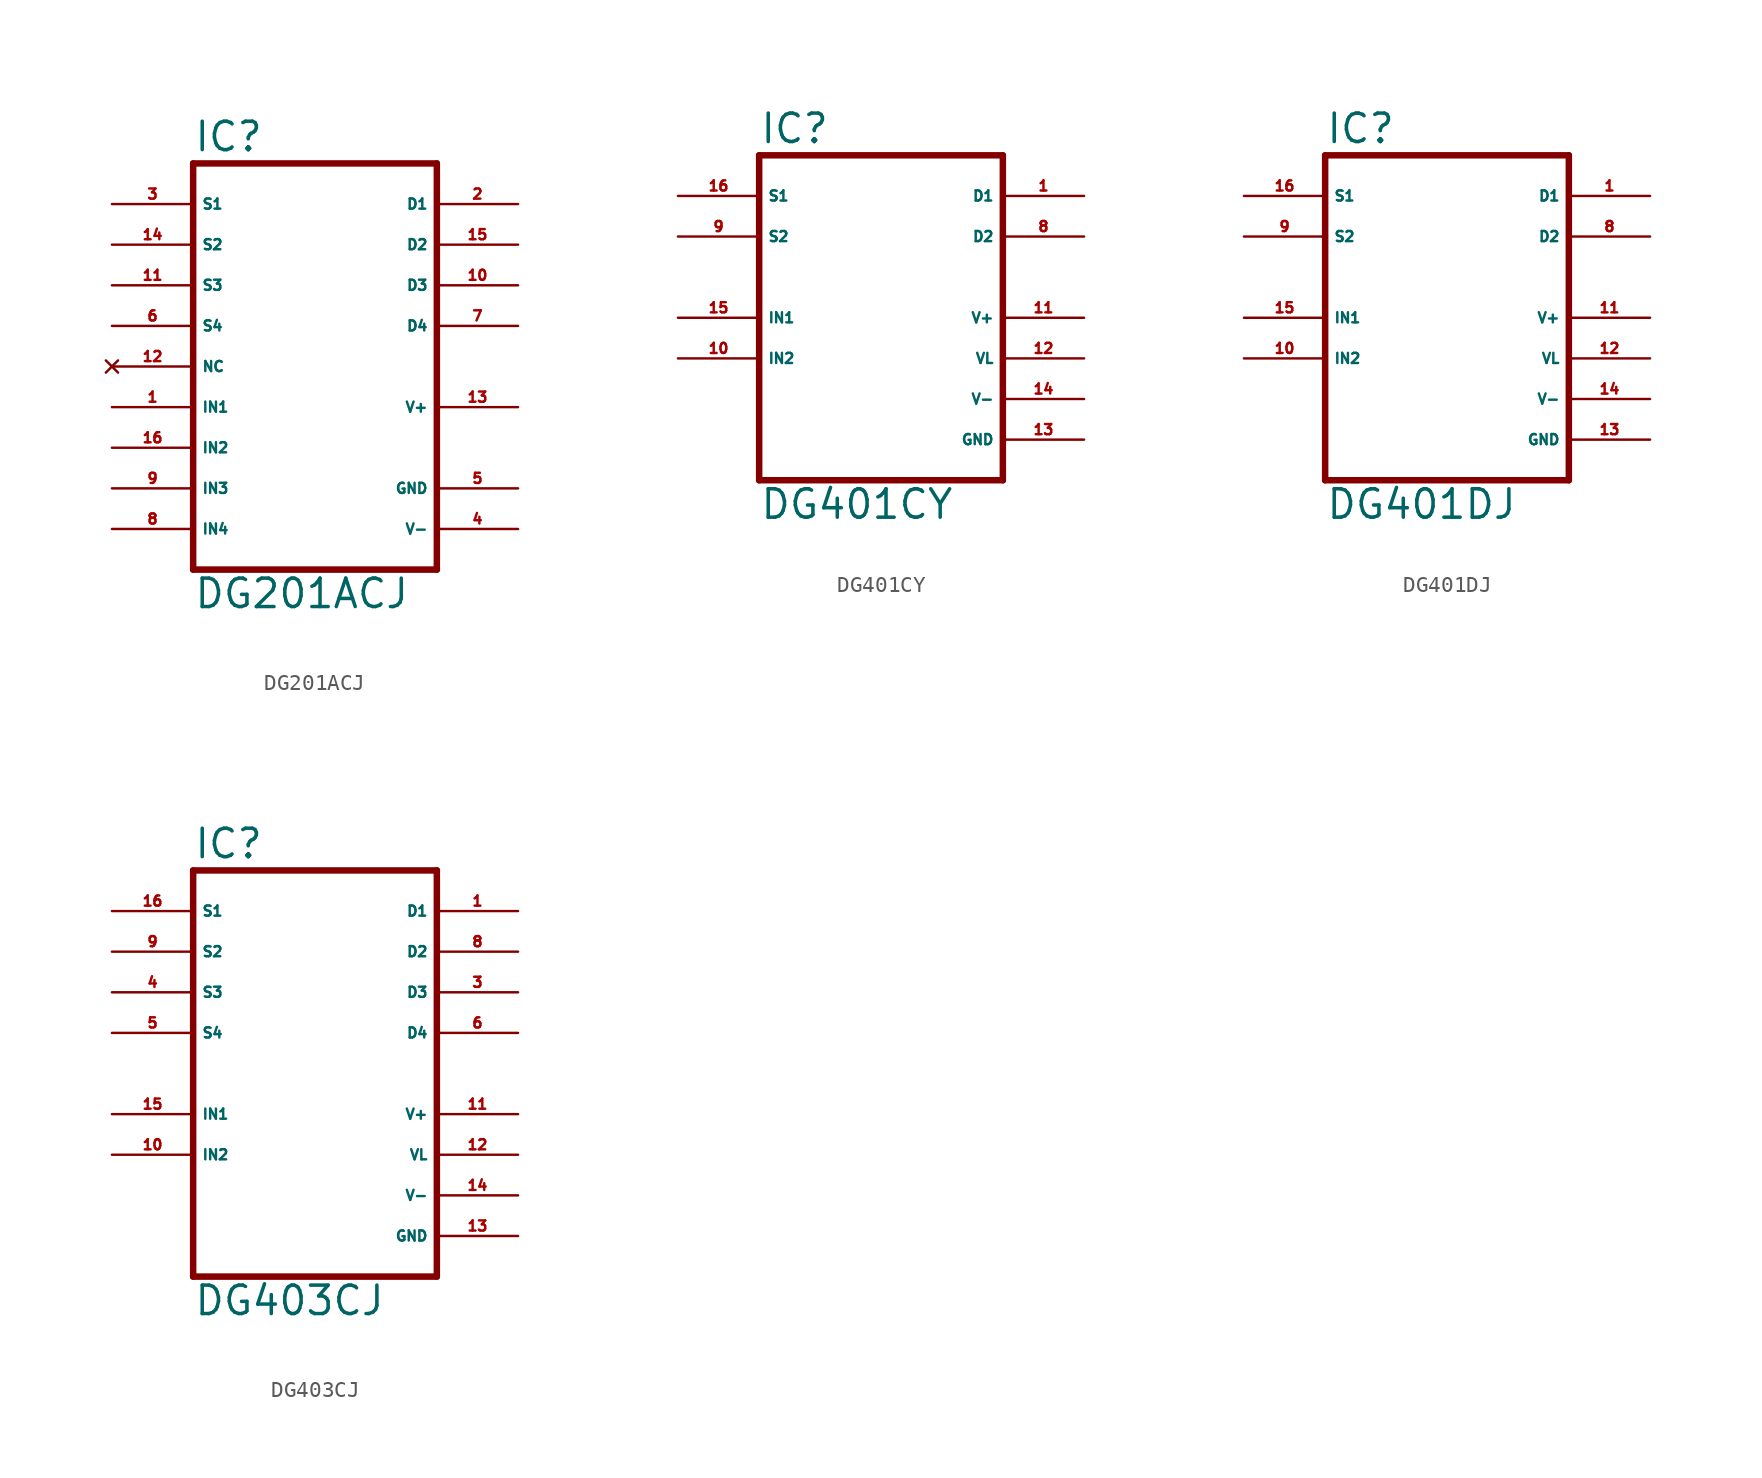
<source format=kicad_sym>
(kicad_symbol_lib
  (version 20220914)
  (generator Eagle2Kicad)
  (symbol "DG201ACJ"
    (property "Reference" "IC"
      (at -7.62 13.335 0)
      (effects (font (size 1.778 1.778) (thickness 0.22)) (justify left bottom)))
    (property "Value" "DG201ACJ"
      (at -7.62 -15.24 0)
      (effects (font (size 1.778 1.778) (thickness 0.22)) (justify left bottom)))
    (polyline
      (pts (xy 7.62 -12.7) (xy -7.62 -12.7))
      (stroke (width 0.406) (type default))
      (fill (type none)))
    (polyline
      (pts (xy -7.62 12.7) (xy -7.62 -12.7))
      (stroke (width 0.406) (type default))
      (fill (type none)))
    (polyline
      (pts (xy -7.62 12.7) (xy 7.62 12.7))
      (stroke (width 0.406) (type default))
      (fill (type none)))
    (polyline
      (pts (xy 7.62 -12.7) (xy 7.62 12.7))
      (stroke (width 0.406) (type default))
      (fill (type none)))
    (pin input line
      (at -12.7 -2.54 0)
      (length 5.08)
      (name "IN1" (effects (font (size 0.635 0.635) (thickness 0.08)) (justify left bottom)))
      (number "1" (effects (font (size 0.635 0.635) (thickness 0.08)) (justify left bottom))))
    (pin input line
      (at -12.7 -5.08 0)
      (length 5.08)
      (name "IN2" (effects (font (size 0.635 0.635) (thickness 0.08)) (justify left bottom)))
      (number "16" (effects (font (size 0.635 0.635) (thickness 0.08)) (justify left bottom))))
    (pin input line
      (at -12.7 -7.62 0)
      (length 5.08)
      (name "IN3" (effects (font (size 0.635 0.635) (thickness 0.08)) (justify left bottom)))
      (number "9" (effects (font (size 0.635 0.635) (thickness 0.08)) (justify left bottom))))
    (pin input line
      (at -12.7 -10.16 0)
      (length 5.08)
      (name "IN4" (effects (font (size 0.635 0.635) (thickness 0.08)) (justify left bottom)))
      (number "8" (effects (font (size 0.635 0.635) (thickness 0.08)) (justify left bottom))))
    (pin passive line
      (at -12.7 10.16 0)
      (length 5.08)
      (name "S1" (effects (font (size 0.635 0.635) (thickness 0.08)) (justify left bottom)))
      (number "3" (effects (font (size 0.635 0.635) (thickness 0.08)) (justify left bottom))))
    (pin passive line
      (at -12.7 7.62 0)
      (length 5.08)
      (name "S2" (effects (font (size 0.635 0.635) (thickness 0.08)) (justify left bottom)))
      (number "14" (effects (font (size 0.635 0.635) (thickness 0.08)) (justify left bottom))))
    (pin passive line
      (at -12.7 5.08 0)
      (length 5.08)
      (name "S3" (effects (font (size 0.635 0.635) (thickness 0.08)) (justify left bottom)))
      (number "11" (effects (font (size 0.635 0.635) (thickness 0.08)) (justify left bottom))))
    (pin passive line
      (at -12.7 2.54 0)
      (length 5.08)
      (name "S4" (effects (font (size 0.635 0.635) (thickness 0.08)) (justify left bottom)))
      (number "6" (effects (font (size 0.635 0.635) (thickness 0.08)) (justify left bottom))))
    (pin passive line
      (at 12.7 10.16 180)
      (length 5.08)
      (name "D1" (effects (font (size 0.635 0.635) (thickness 0.08)) (justify left bottom)))
      (number "2" (effects (font (size 0.635 0.635) (thickness 0.08)) (justify left bottom))))
    (pin passive line
      (at 12.7 7.62 180)
      (length 5.08)
      (name "D2" (effects (font (size 0.635 0.635) (thickness 0.08)) (justify left bottom)))
      (number "15" (effects (font (size 0.635 0.635) (thickness 0.08)) (justify left bottom))))
    (pin passive line
      (at 12.7 5.08 180)
      (length 5.08)
      (name "D3" (effects (font (size 0.635 0.635) (thickness 0.08)) (justify left bottom)))
      (number "10" (effects (font (size 0.635 0.635) (thickness 0.08)) (justify left bottom))))
    (pin passive line
      (at 12.7 2.54 180)
      (length 5.08)
      (name "D4" (effects (font (size 0.635 0.635) (thickness 0.08)) (justify left bottom)))
      (number "7" (effects (font (size 0.635 0.635) (thickness 0.08)) (justify left bottom))))
    (pin no_connect line
      (at -12.7 0 0)
      (length 5.08)
      (name "NC" (effects (font (size 0.635 0.635) (thickness 0.08)) (justify left bottom) hide))
      (number "12" (effects (font (size 0.635 0.635) (thickness 0.08)) (justify left bottom) hide)))
    (pin unspecified line
      (at 12.7 -7.62 180)
      (length 5.08)
      (name "GND" (effects (font (size 0.635 0.635) (thickness 0.08)) (justify left bottom)))
      (number "5" (effects (font (size 0.635 0.635) (thickness 0.08)) (justify left bottom))))
    (pin unspecified line
      (at 12.7 -10.16 180)
      (length 5.08)
      (name "V-" (effects (font (size 0.635 0.635) (thickness 0.08)) (justify left bottom)))
      (number "4" (effects (font (size 0.635 0.635) (thickness 0.08)) (justify left bottom))))
    (pin unspecified line
      (at 12.7 -2.54 180)
      (length 5.08)
      (name "V+" (effects (font (size 0.635 0.635) (thickness 0.08)) (justify left bottom)))
      (number "13" (effects (font (size 0.635 0.635) (thickness 0.08)) (justify left bottom)))))
  (symbol "DG401CY"
    (property "Reference" "IC"
      (at -7.62 8.255 0)
      (effects (font (size 1.778 1.778) (thickness 0.22)) (justify left bottom)))
    (property "Value" "DG401CY"
      (at -7.62 -15.24 0)
      (effects (font (size 1.778 1.778) (thickness 0.22)) (justify left bottom)))
    (polyline
      (pts (xy 7.62 -12.7) (xy -7.62 -12.7))
      (stroke (width 0.406) (type default))
      (fill (type none)))
    (polyline
      (pts (xy -7.62 7.62) (xy -7.62 -12.7))
      (stroke (width 0.406) (type default))
      (fill (type none)))
    (polyline
      (pts (xy -7.62 7.62) (xy 7.62 7.62))
      (stroke (width 0.406) (type default))
      (fill (type none)))
    (polyline
      (pts (xy 7.62 -12.7) (xy 7.62 7.62))
      (stroke (width 0.406) (type default))
      (fill (type none)))
    (pin input line
      (at -12.7 -2.54 0)
      (length 5.08)
      (name "IN1" (effects (font (size 0.635 0.635) (thickness 0.08)) (justify left bottom)))
      (number "15" (effects (font (size 0.635 0.635) (thickness 0.08)) (justify left bottom))))
    (pin input line
      (at -12.7 -5.08 0)
      (length 5.08)
      (name "IN2" (effects (font (size 0.635 0.635) (thickness 0.08)) (justify left bottom)))
      (number "10" (effects (font (size 0.635 0.635) (thickness 0.08)) (justify left bottom))))
    (pin passive line
      (at -12.7 5.08 0)
      (length 5.08)
      (name "S1" (effects (font (size 0.635 0.635) (thickness 0.08)) (justify left bottom)))
      (number "16" (effects (font (size 0.635 0.635) (thickness 0.08)) (justify left bottom))))
    (pin passive line
      (at -12.7 2.54 0)
      (length 5.08)
      (name "S2" (effects (font (size 0.635 0.635) (thickness 0.08)) (justify left bottom)))
      (number "9" (effects (font (size 0.635 0.635) (thickness 0.08)) (justify left bottom))))
    (pin passive line
      (at 12.7 5.08 180)
      (length 5.08)
      (name "D1" (effects (font (size 0.635 0.635) (thickness 0.08)) (justify left bottom)))
      (number "1" (effects (font (size 0.635 0.635) (thickness 0.08)) (justify left bottom))))
    (pin passive line
      (at 12.7 2.54 180)
      (length 5.08)
      (name "D2" (effects (font (size 0.635 0.635) (thickness 0.08)) (justify left bottom)))
      (number "8" (effects (font (size 0.635 0.635) (thickness 0.08)) (justify left bottom))))
    (pin unspecified line
      (at 12.7 -10.16 180)
      (length 5.08)
      (name "GND" (effects (font (size 0.635 0.635) (thickness 0.08)) (justify left bottom)))
      (number "13" (effects (font (size 0.635 0.635) (thickness 0.08)) (justify left bottom))))
    (pin unspecified line
      (at 12.7 -7.62 180)
      (length 5.08)
      (name "V-" (effects (font (size 0.635 0.635) (thickness 0.08)) (justify left bottom)))
      (number "14" (effects (font (size 0.635 0.635) (thickness 0.08)) (justify left bottom))))
    (pin unspecified line
      (at 12.7 -2.54 180)
      (length 5.08)
      (name "V+" (effects (font (size 0.635 0.635) (thickness 0.08)) (justify left bottom)))
      (number "11" (effects (font (size 0.635 0.635) (thickness 0.08)) (justify left bottom))))
    (pin unspecified line
      (at 12.7 -5.08 180)
      (length 5.08)
      (name "VL" (effects (font (size 0.635 0.635) (thickness 0.08)) (justify left bottom)))
      (number "12" (effects (font (size 0.635 0.635) (thickness 0.08)) (justify left bottom)))))
  (symbol "DG401DJ"
    (property "Reference" "IC"
      (at -7.62 8.255 0)
      (effects (font (size 1.778 1.778) (thickness 0.22)) (justify left bottom)))
    (property "Value" "DG401DJ"
      (at -7.62 -15.24 0)
      (effects (font (size 1.778 1.778) (thickness 0.22)) (justify left bottom)))
    (polyline
      (pts (xy 7.62 -12.7) (xy -7.62 -12.7))
      (stroke (width 0.406) (type default))
      (fill (type none)))
    (polyline
      (pts (xy -7.62 7.62) (xy -7.62 -12.7))
      (stroke (width 0.406) (type default))
      (fill (type none)))
    (polyline
      (pts (xy -7.62 7.62) (xy 7.62 7.62))
      (stroke (width 0.406) (type default))
      (fill (type none)))
    (polyline
      (pts (xy 7.62 -12.7) (xy 7.62 7.62))
      (stroke (width 0.406) (type default))
      (fill (type none)))
    (pin input line
      (at -12.7 -2.54 0)
      (length 5.08)
      (name "IN1" (effects (font (size 0.635 0.635) (thickness 0.08)) (justify left bottom)))
      (number "15" (effects (font (size 0.635 0.635) (thickness 0.08)) (justify left bottom))))
    (pin input line
      (at -12.7 -5.08 0)
      (length 5.08)
      (name "IN2" (effects (font (size 0.635 0.635) (thickness 0.08)) (justify left bottom)))
      (number "10" (effects (font (size 0.635 0.635) (thickness 0.08)) (justify left bottom))))
    (pin passive line
      (at -12.7 5.08 0)
      (length 5.08)
      (name "S1" (effects (font (size 0.635 0.635) (thickness 0.08)) (justify left bottom)))
      (number "16" (effects (font (size 0.635 0.635) (thickness 0.08)) (justify left bottom))))
    (pin passive line
      (at -12.7 2.54 0)
      (length 5.08)
      (name "S2" (effects (font (size 0.635 0.635) (thickness 0.08)) (justify left bottom)))
      (number "9" (effects (font (size 0.635 0.635) (thickness 0.08)) (justify left bottom))))
    (pin passive line
      (at 12.7 5.08 180)
      (length 5.08)
      (name "D1" (effects (font (size 0.635 0.635) (thickness 0.08)) (justify left bottom)))
      (number "1" (effects (font (size 0.635 0.635) (thickness 0.08)) (justify left bottom))))
    (pin passive line
      (at 12.7 2.54 180)
      (length 5.08)
      (name "D2" (effects (font (size 0.635 0.635) (thickness 0.08)) (justify left bottom)))
      (number "8" (effects (font (size 0.635 0.635) (thickness 0.08)) (justify left bottom))))
    (pin unspecified line
      (at 12.7 -10.16 180)
      (length 5.08)
      (name "GND" (effects (font (size 0.635 0.635) (thickness 0.08)) (justify left bottom)))
      (number "13" (effects (font (size 0.635 0.635) (thickness 0.08)) (justify left bottom))))
    (pin unspecified line
      (at 12.7 -7.62 180)
      (length 5.08)
      (name "V-" (effects (font (size 0.635 0.635) (thickness 0.08)) (justify left bottom)))
      (number "14" (effects (font (size 0.635 0.635) (thickness 0.08)) (justify left bottom))))
    (pin unspecified line
      (at 12.7 -2.54 180)
      (length 5.08)
      (name "V+" (effects (font (size 0.635 0.635) (thickness 0.08)) (justify left bottom)))
      (number "11" (effects (font (size 0.635 0.635) (thickness 0.08)) (justify left bottom))))
    (pin unspecified line
      (at 12.7 -5.08 180)
      (length 5.08)
      (name "VL" (effects (font (size 0.635 0.635) (thickness 0.08)) (justify left bottom)))
      (number "12" (effects (font (size 0.635 0.635) (thickness 0.08)) (justify left bottom)))))
  (symbol "DG403CJ"
    (property "Reference" "IC"
      (at -7.62 13.335 0)
      (effects (font (size 1.778 1.778) (thickness 0.22)) (justify left bottom)))
    (property "Value" "DG403CJ"
      (at -7.62 -15.24 0)
      (effects (font (size 1.778 1.778) (thickness 0.22)) (justify left bottom)))
    (polyline
      (pts (xy 7.62 -12.7) (xy -7.62 -12.7))
      (stroke (width 0.406) (type default))
      (fill (type none)))
    (polyline
      (pts (xy -7.62 12.7) (xy -7.62 -12.7))
      (stroke (width 0.406) (type default))
      (fill (type none)))
    (polyline
      (pts (xy -7.62 12.7) (xy 7.62 12.7))
      (stroke (width 0.406) (type default))
      (fill (type none)))
    (polyline
      (pts (xy 7.62 -12.7) (xy 7.62 12.7))
      (stroke (width 0.406) (type default))
      (fill (type none)))
    (pin input line
      (at -12.7 -2.54 0)
      (length 5.08)
      (name "IN1" (effects (font (size 0.635 0.635) (thickness 0.08)) (justify left bottom)))
      (number "15" (effects (font (size 0.635 0.635) (thickness 0.08)) (justify left bottom))))
    (pin input line
      (at -12.7 -5.08 0)
      (length 5.08)
      (name "IN2" (effects (font (size 0.635 0.635) (thickness 0.08)) (justify left bottom)))
      (number "10" (effects (font (size 0.635 0.635) (thickness 0.08)) (justify left bottom))))
    (pin passive line
      (at -12.7 10.16 0)
      (length 5.08)
      (name "S1" (effects (font (size 0.635 0.635) (thickness 0.08)) (justify left bottom)))
      (number "16" (effects (font (size 0.635 0.635) (thickness 0.08)) (justify left bottom))))
    (pin passive line
      (at -12.7 7.62 0)
      (length 5.08)
      (name "S2" (effects (font (size 0.635 0.635) (thickness 0.08)) (justify left bottom)))
      (number "9" (effects (font (size 0.635 0.635) (thickness 0.08)) (justify left bottom))))
    (pin passive line
      (at -12.7 5.08 0)
      (length 5.08)
      (name "S3" (effects (font (size 0.635 0.635) (thickness 0.08)) (justify left bottom)))
      (number "4" (effects (font (size 0.635 0.635) (thickness 0.08)) (justify left bottom))))
    (pin passive line
      (at 12.7 10.16 180)
      (length 5.08)
      (name "D1" (effects (font (size 0.635 0.635) (thickness 0.08)) (justify left bottom)))
      (number "1" (effects (font (size 0.635 0.635) (thickness 0.08)) (justify left bottom))))
    (pin passive line
      (at 12.7 7.62 180)
      (length 5.08)
      (name "D2" (effects (font (size 0.635 0.635) (thickness 0.08)) (justify left bottom)))
      (number "8" (effects (font (size 0.635 0.635) (thickness 0.08)) (justify left bottom))))
    (pin passive line
      (at 12.7 5.08 180)
      (length 5.08)
      (name "D3" (effects (font (size 0.635 0.635) (thickness 0.08)) (justify left bottom)))
      (number "3" (effects (font (size 0.635 0.635) (thickness 0.08)) (justify left bottom))))
    (pin unspecified line
      (at 12.7 -10.16 180)
      (length 5.08)
      (name "GND" (effects (font (size 0.635 0.635) (thickness 0.08)) (justify left bottom)))
      (number "13" (effects (font (size 0.635 0.635) (thickness 0.08)) (justify left bottom))))
    (pin unspecified line
      (at 12.7 -7.62 180)
      (length 5.08)
      (name "V-" (effects (font (size 0.635 0.635) (thickness 0.08)) (justify left bottom)))
      (number "14" (effects (font (size 0.635 0.635) (thickness 0.08)) (justify left bottom))))
    (pin unspecified line
      (at 12.7 -2.54 180)
      (length 5.08)
      (name "V+" (effects (font (size 0.635 0.635) (thickness 0.08)) (justify left bottom)))
      (number "11" (effects (font (size 0.635 0.635) (thickness 0.08)) (justify left bottom))))
    (pin unspecified line
      (at 12.7 -5.08 180)
      (length 5.08)
      (name "VL" (effects (font (size 0.635 0.635) (thickness 0.08)) (justify left bottom)))
      (number "12" (effects (font (size 0.635 0.635) (thickness 0.08)) (justify left bottom))))
    (pin passive line
      (at 12.7 2.54 180)
      (length 5.08)
      (name "D4" (effects (font (size 0.635 0.635) (thickness 0.08)) (justify left bottom)))
      (number "6" (effects (font (size 0.635 0.635) (thickness 0.08)) (justify left bottom))))
    (pin passive line
      (at -12.7 2.54 0)
      (length 5.08)
      (name "S4" (effects (font (size 0.635 0.635) (thickness 0.08)) (justify left bottom)))
      (number "5" (effects (font (size 0.635 0.635) (thickness 0.08)) (justify left bottom))))))
</source>
